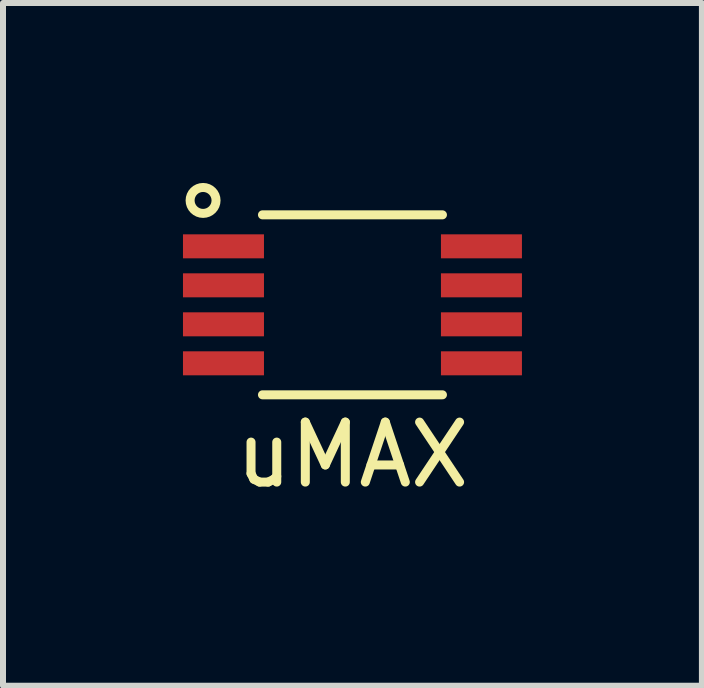
<source format=kicad_pcb>
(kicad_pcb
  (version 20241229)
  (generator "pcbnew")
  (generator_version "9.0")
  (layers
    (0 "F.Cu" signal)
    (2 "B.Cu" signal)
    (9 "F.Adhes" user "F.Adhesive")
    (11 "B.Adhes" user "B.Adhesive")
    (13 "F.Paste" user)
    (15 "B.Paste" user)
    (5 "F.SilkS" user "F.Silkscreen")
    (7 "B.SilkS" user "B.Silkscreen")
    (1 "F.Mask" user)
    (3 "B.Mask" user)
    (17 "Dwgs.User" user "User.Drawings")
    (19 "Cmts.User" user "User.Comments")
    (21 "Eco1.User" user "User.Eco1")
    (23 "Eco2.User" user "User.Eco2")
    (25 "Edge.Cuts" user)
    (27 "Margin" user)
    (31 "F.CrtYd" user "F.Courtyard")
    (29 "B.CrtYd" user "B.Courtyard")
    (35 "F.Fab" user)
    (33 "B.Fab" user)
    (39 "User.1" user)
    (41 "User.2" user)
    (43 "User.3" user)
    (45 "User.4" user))
  (footprint "uMAX"
    (layer "F.Cu")
    (at 2.825 2.031)
    (property "Reference" "uMAX" (at 0 2.5 0) (layer "F.SilkS") (effects (font (size 1 1) (thickness 0.15))))
    (attr through_hole)
    (fp_line (start -1.5 -1.5) (end 1.5 -1.5) (stroke (width 0.15) (type solid)) (layer "F.SilkS"))
    (fp_line (start -1.5 1.5) (end 1.5 1.5) (stroke (width 0.15) (type solid)) (layer "F.SilkS"))
    (fp_circle (center -2.49 -1.74) (end -2.31 -1.62) (stroke (width 0.15) (type solid)) (fill no) (layer "F.SilkS"))
    (pad "1" smd rect (at -2.15 -0.975) (size 1.35 0.4) (layers "F.Cu" "F.Mask" "F.Paste"))
    (pad "2" smd rect (at -2.15 -0.325) (size 1.35 0.4) (layers "F.Cu" "F.Mask" "F.Paste"))
    (pad "3" smd rect (at -2.15 0.325) (size 1.35 0.4) (layers "F.Cu" "F.Mask" "F.Paste"))
    (pad "4" smd rect (at -2.15 0.975) (size 1.35 0.4) (layers "F.Cu" "F.Mask" "F.Paste"))
    (pad "5" smd rect (at 2.15 0.975) (size 1.35 0.4) (layers "F.Cu" "F.Mask" "F.Paste"))
    (pad "6" smd rect (at 2.15 0.325) (size 1.35 0.4) (layers "F.Cu" "F.Mask" "F.Paste"))
    (pad "7" smd rect (at 2.15 -0.325) (size 1.35 0.4) (layers "F.Cu" "F.Mask" "F.Paste"))
    (pad "8" smd rect (at 2.15 -0.975) (size 1.35 0.4) (layers "F.Cu" "F.Mask" "F.Paste")))
  (gr_rect
    (start -3 -3)
    (end 8.65 8.38)
    (stroke (width 0.1) (type default))
    (fill no)
    (layer "Edge.Cuts")))
</source>
